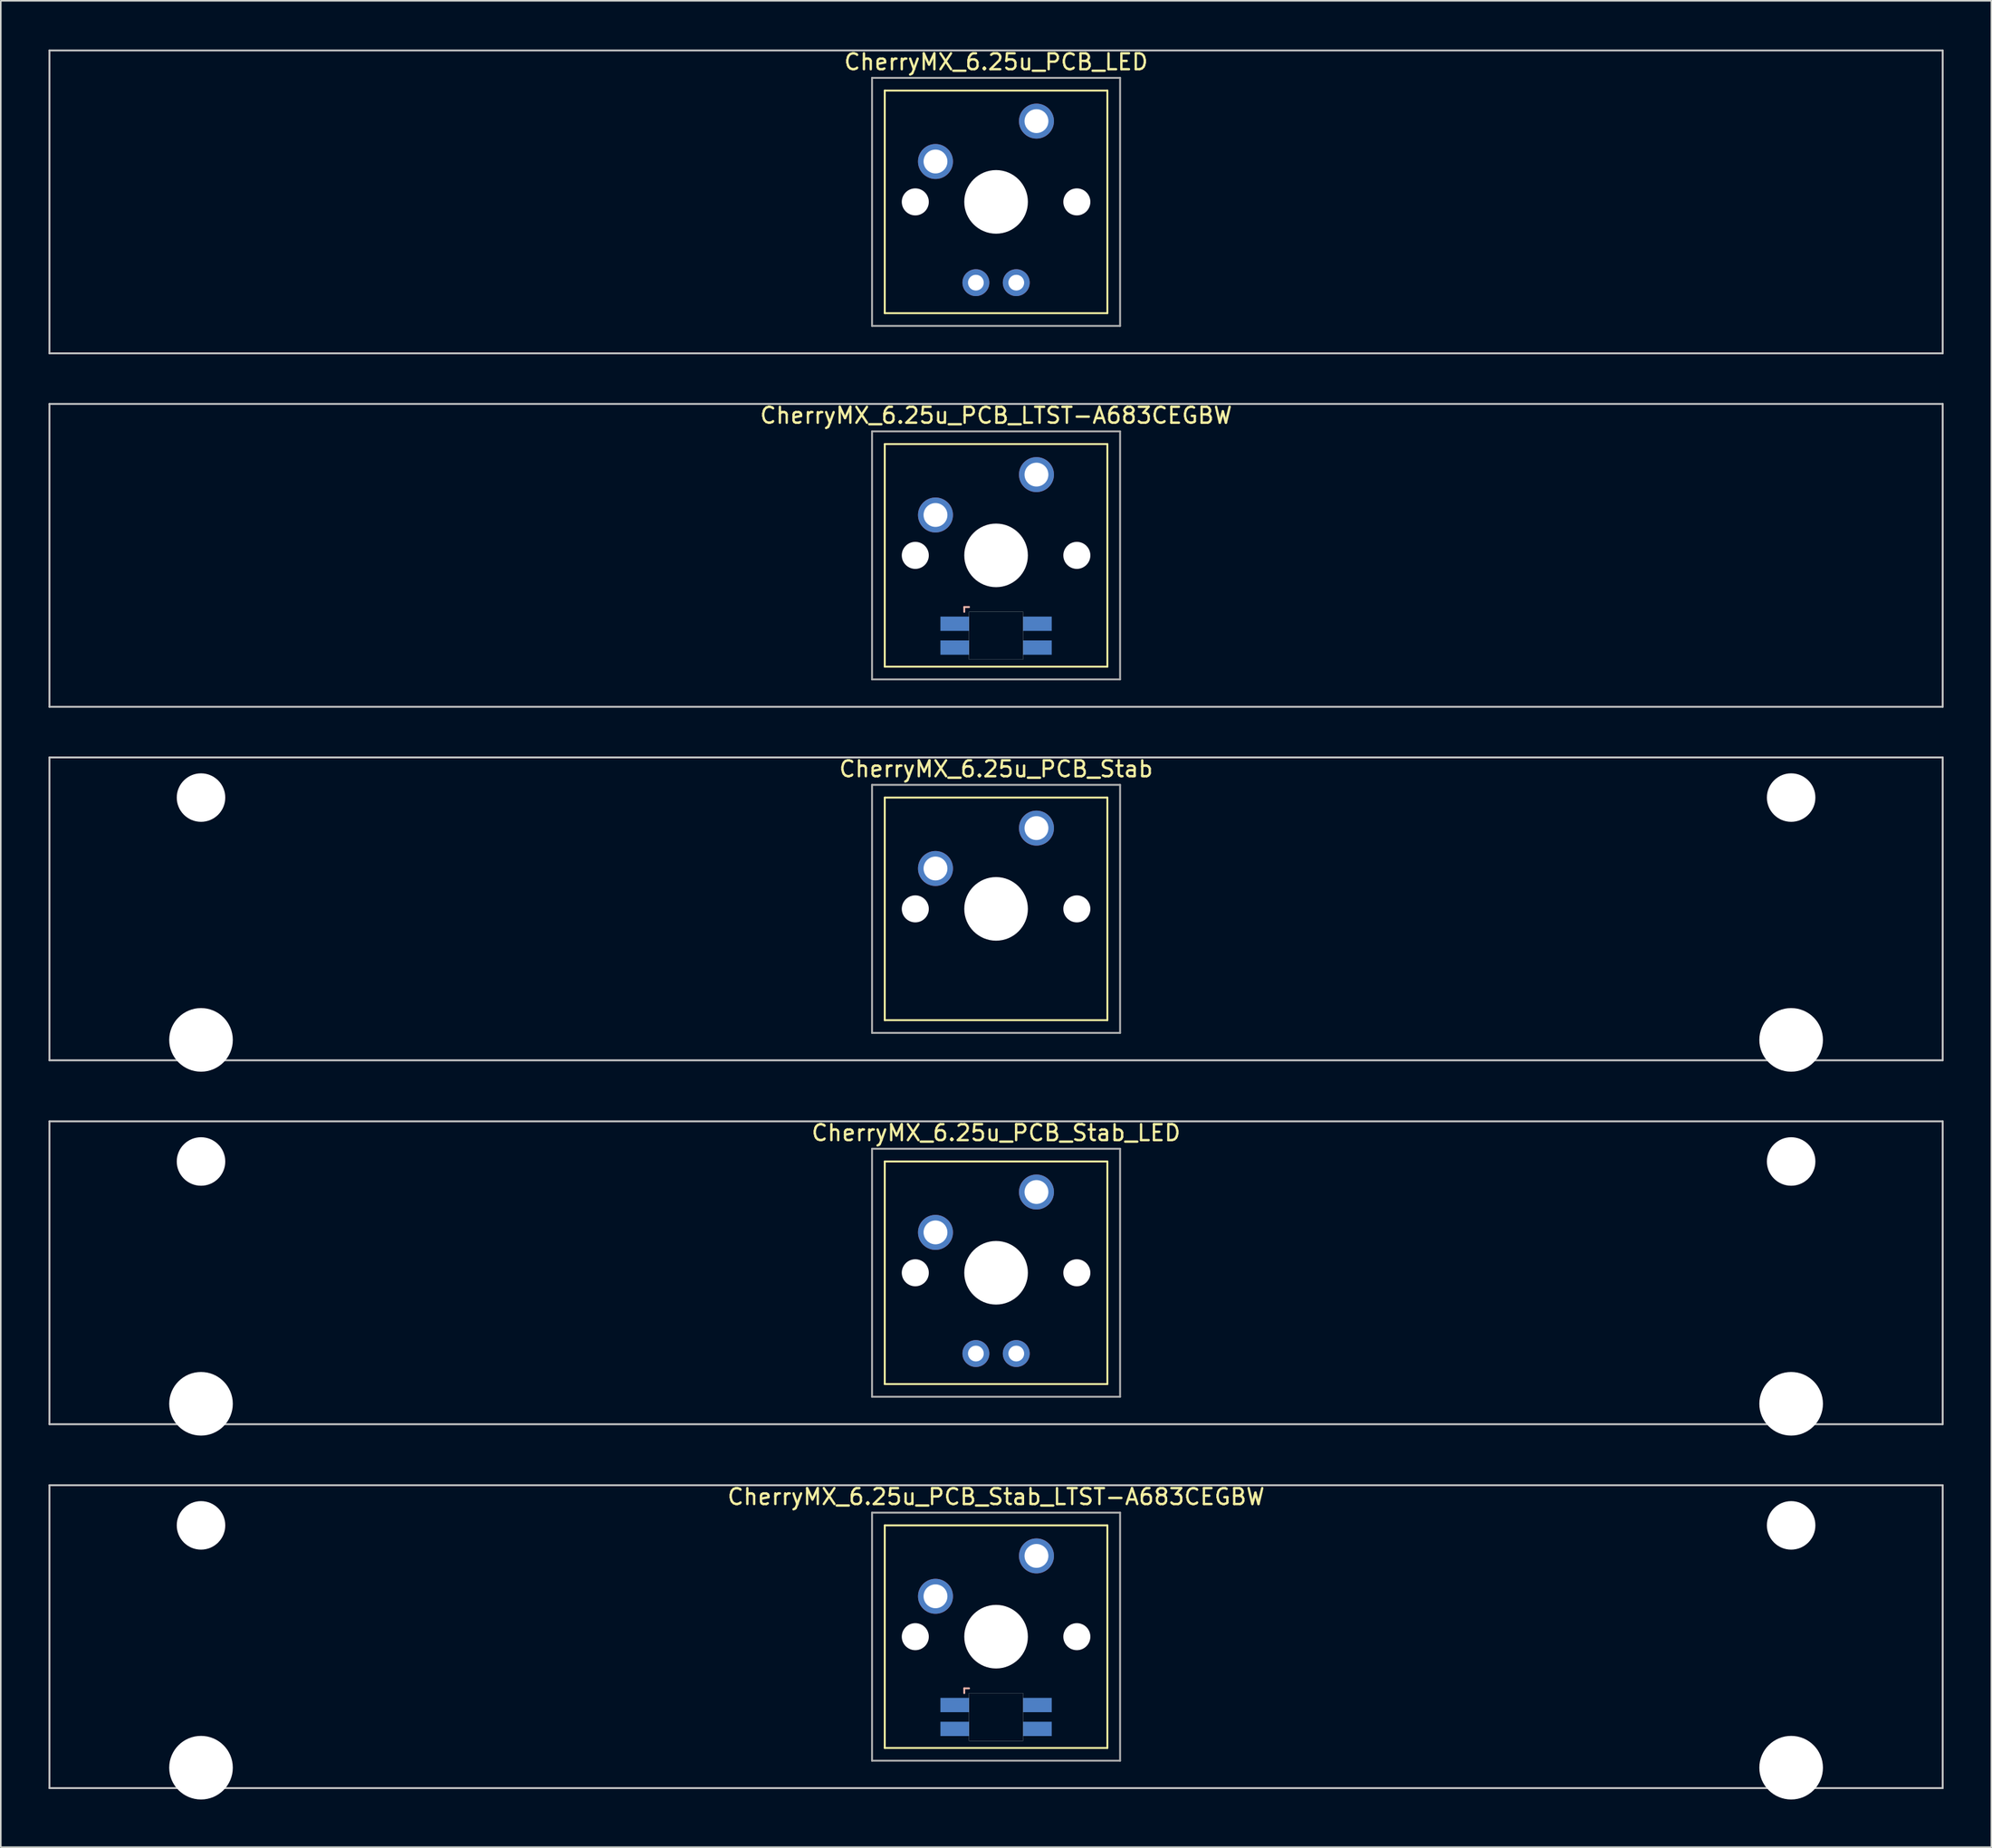
<source format=kicad_pcb>
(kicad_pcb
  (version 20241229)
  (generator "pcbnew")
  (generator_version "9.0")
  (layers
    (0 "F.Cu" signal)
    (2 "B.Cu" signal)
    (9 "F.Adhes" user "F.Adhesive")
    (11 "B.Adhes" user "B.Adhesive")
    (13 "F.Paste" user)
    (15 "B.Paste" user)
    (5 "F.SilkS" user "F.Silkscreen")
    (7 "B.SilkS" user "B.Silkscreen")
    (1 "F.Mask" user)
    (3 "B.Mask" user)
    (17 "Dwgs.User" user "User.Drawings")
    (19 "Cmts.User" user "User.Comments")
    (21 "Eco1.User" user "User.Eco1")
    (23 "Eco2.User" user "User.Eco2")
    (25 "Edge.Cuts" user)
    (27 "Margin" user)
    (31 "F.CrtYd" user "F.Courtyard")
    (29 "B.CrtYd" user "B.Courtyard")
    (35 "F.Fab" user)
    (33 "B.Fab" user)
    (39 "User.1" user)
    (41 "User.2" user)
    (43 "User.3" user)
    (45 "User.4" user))
  (footprint "CherryMX_6.25u_PCB_Stab_LED"
    (layer "F.Cu")
    (at 59.591 77.003)
    (property "Reference" "CherryMX_6.25u_PCB_Stab_LED" (at 0 -8.8 0) (layer "F.SilkS") (effects (font (size 1 1) (thickness 0.15))))
    (attr through_hole)
    (fp_line (start -7 -7) (end -7 7) (stroke (width 0.12) (type solid)) (layer "F.SilkS"))
    (fp_line (start -7 -7) (end 7 -7) (stroke (width 0.12) (type solid)) (layer "F.SilkS"))
    (fp_line (start 7 -7) (end 7 7) (stroke (width 0.12) (type solid)) (layer "F.SilkS"))
    (fp_line (start 7 7) (end -7 7) (stroke (width 0.12) (type solid)) (layer "F.SilkS"))
    (fp_line (start -59.531 -9.525) (end 59.531 -9.525) (stroke (width 0.12) (type solid)) (layer "Dwgs.User"))
    (fp_line (start -59.531 9.525) (end -59.531 -9.525) (stroke (width 0.12) (type solid)) (layer "Dwgs.User"))
    (fp_line (start 59.531 -9.525) (end 59.531 9.525) (stroke (width 0.12) (type solid)) (layer "Dwgs.User"))
    (fp_line (start 59.531 9.525) (end -59.531 9.525) (stroke (width 0.12) (type solid)) (layer "Dwgs.User"))
    (fp_line (start -7.8 -7.8) (end -7.8 7.8) (stroke (width 0.12) (type solid)) (layer "F.Fab"))
    (fp_line (start -7.8 -7.8) (end 7.8 -7.8) (stroke (width 0.12) (type solid)) (layer "F.Fab"))
    (fp_line (start -7.8 7.8) (end 7.8 7.8) (stroke (width 0.12) (type solid)) (layer "F.Fab"))
    (fp_line (start 7.8 -7.8) (end 7.8 7.8) (stroke (width 0.12) (type solid)) (layer "F.Fab"))
    (pad "" np_thru_hole circle (at -50 -7) (size 3.05 3.05) (drill 3.05) (layers "*.Cu" "*.Mask"))
    (pad "" np_thru_hole circle (at -50 8.24) (size 4 4) (drill 4) (layers "*.Cu" "*.Mask"))
    (pad "" np_thru_hole circle (at -5.08 0) (size 1.7 1.7) (drill 1.7) (layers "*.Cu" "*.Mask"))
    (pad "" np_thru_hole circle (at 0 0) (size 4 4) (drill 4) (layers "*.Cu" "*.Mask"))
    (pad "" np_thru_hole circle (at 5.08 0) (size 1.7 1.7) (drill 1.7) (layers "*.Cu" "*.Mask"))
    (pad "" np_thru_hole circle (at 50 -7) (size 3.05 3.05) (drill 3.05) (layers "*.Cu" "*.Mask"))
    (pad "" np_thru_hole circle (at 50 8.24) (size 4 4) (drill 4) (layers "*.Cu" "*.Mask"))
    (pad "1" thru_hole circle (at -3.81 -2.54) (size 2.2 2.2) (drill 1.5) (layers "*.Cu" "*.Mask"))
    (pad "2" thru_hole circle (at 2.54 -5.08) (size 2.2 2.2) (drill 1.5) (layers "*.Cu" "*.Mask"))
    (pad "3" thru_hole circle (at -1.27 5.08) (size 1.691 1.691) (drill 0.991) (layers "*.Cu" "*.Mask"))
    (pad "4" thru_hole circle (at 1.27 5.08) (size 1.691 1.691) (drill 0.991) (layers "*.Cu" "*.Mask")))
  (footprint "CherryMX_6.25u_PCB_Stab_LTST-A683CEGBW"
    (layer "F.Cu")
    (at 59.591 99.891)
    (property "Reference" "CherryMX_6.25u_PCB_Stab_LTST-A683CEGBW" (at 0 -8.8 0) (layer "F.SilkS") (effects (font (size 1 1) (thickness 0.15))))
    (attr through_hole)
    (fp_line (start -7 -7) (end -7 7) (stroke (width 0.12) (type solid)) (layer "F.SilkS"))
    (fp_line (start -7 -7) (end 7 -7) (stroke (width 0.12) (type solid)) (layer "F.SilkS"))
    (fp_line (start 7 -7) (end 7 7) (stroke (width 0.12) (type solid)) (layer "F.SilkS"))
    (fp_line (start 7 7) (end -7 7) (stroke (width 0.12) (type solid)) (layer "F.SilkS"))
    (fp_line (start -2 3.25) (end -2 3.55) (stroke (width 0.12) (type solid)) (layer "B.SilkS"))
    (fp_line (start -1.7 3.25) (end -2 3.25) (stroke (width 0.12) (type solid)) (layer "B.SilkS"))
    (fp_line (start -59.531 -9.525) (end 59.531 -9.525) (stroke (width 0.12) (type solid)) (layer "Dwgs.User"))
    (fp_line (start -59.531 9.525) (end -59.531 -9.525) (stroke (width 0.12) (type solid)) (layer "Dwgs.User"))
    (fp_line (start 59.531 -9.525) (end 59.531 9.525) (stroke (width 0.12) (type solid)) (layer "Dwgs.User"))
    (fp_line (start 59.531 9.525) (end -59.531 9.525) (stroke (width 0.12) (type solid)) (layer "Dwgs.User"))
    (fp_poly (pts (xy 1.7 6.55) (xy -1.7 6.55) (xy -1.7 3.55) (xy 1.7 3.55)) (stroke (width 0.01) (type solid)) (fill no) (layer "Edge.Cuts"))
    (fp_line (start -7.8 -7.8) (end -7.8 7.8) (stroke (width 0.12) (type solid)) (layer "F.Fab"))
    (fp_line (start -7.8 -7.8) (end 7.8 -7.8) (stroke (width 0.12) (type solid)) (layer "F.Fab"))
    (fp_line (start -7.8 7.8) (end 7.8 7.8) (stroke (width 0.12) (type solid)) (layer "F.Fab"))
    (fp_line (start 7.8 -7.8) (end 7.8 7.8) (stroke (width 0.12) (type solid)) (layer "F.Fab"))
    (pad "" np_thru_hole circle (at -50 -7) (size 3.05 3.05) (drill 3.05) (layers "*.Cu" "*.Mask"))
    (pad "" np_thru_hole circle (at -50 8.24) (size 4 4) (drill 4) (layers "*.Cu" "*.Mask"))
    (pad "" np_thru_hole circle (at -5.08 0) (size 1.7 1.7) (drill 1.7) (layers "*.Cu" "*.Mask"))
    (pad "" np_thru_hole circle (at 0 0) (size 4 4) (drill 4) (layers "*.Cu" "*.Mask"))
    (pad "" np_thru_hole circle (at 5.08 0) (size 1.7 1.7) (drill 1.7) (layers "*.Cu" "*.Mask"))
    (pad "" np_thru_hole circle (at 50 -7) (size 3.05 3.05) (drill 3.05) (layers "*.Cu" "*.Mask"))
    (pad "" np_thru_hole circle (at 50 8.24) (size 4 4) (drill 4) (layers "*.Cu" "*.Mask"))
    (pad "1" thru_hole circle (at -3.81 -2.54) (size 2.2 2.2) (drill 1.5) (layers "*.Cu" "*.Mask"))
    (pad "2" thru_hole circle (at 2.54 -5.08) (size 2.2 2.2) (drill 1.5) (layers "*.Cu" "*.Mask"))
    (pad "3" smd rect (at -2.6 4.3) (size 1.8 0.9) (layers "B.Cu" "B.Mask" "B.Paste"))
    (pad "4" smd rect (at -2.6 5.8) (size 1.8 0.9) (layers "B.Cu" "B.Mask" "B.Paste"))
    (pad "5" smd rect (at 2.6 4.3) (size 1.8 0.9) (layers "B.Cu" "B.Mask" "B.Paste"))
    (pad "6" smd rect (at 2.6 5.8) (size 1.8 0.9) (layers "B.Cu" "B.Mask" "B.Paste")))
  (footprint "CherryMX_6.25u_PCB_LED"
    (layer "F.Cu")
    (at 59.591 9.648)
    (property "Reference" "CherryMX_6.25u_PCB_LED" (at 0 -8.8 0) (layer "F.SilkS") (effects (font (size 1 1) (thickness 0.15))))
    (attr through_hole)
    (fp_line (start -7 -7) (end -7 7) (stroke (width 0.12) (type solid)) (layer "F.SilkS"))
    (fp_line (start -7 -7) (end 7 -7) (stroke (width 0.12) (type solid)) (layer "F.SilkS"))
    (fp_line (start 7 -7) (end 7 7) (stroke (width 0.12) (type solid)) (layer "F.SilkS"))
    (fp_line (start 7 7) (end -7 7) (stroke (width 0.12) (type solid)) (layer "F.SilkS"))
    (fp_line (start -59.531 -9.525) (end 59.531 -9.525) (stroke (width 0.12) (type solid)) (layer "Dwgs.User"))
    (fp_line (start -59.531 9.525) (end -59.531 -9.525) (stroke (width 0.12) (type solid)) (layer "Dwgs.User"))
    (fp_line (start 59.531 -9.525) (end 59.531 9.525) (stroke (width 0.12) (type solid)) (layer "Dwgs.User"))
    (fp_line (start 59.531 9.525) (end -59.531 9.525) (stroke (width 0.12) (type solid)) (layer "Dwgs.User"))
    (fp_line (start -7.8 -7.8) (end -7.8 7.8) (stroke (width 0.12) (type solid)) (layer "F.Fab"))
    (fp_line (start -7.8 -7.8) (end 7.8 -7.8) (stroke (width 0.12) (type solid)) (layer "F.Fab"))
    (fp_line (start -7.8 7.8) (end 7.8 7.8) (stroke (width 0.12) (type solid)) (layer "F.Fab"))
    (fp_line (start 7.8 -7.8) (end 7.8 7.8) (stroke (width 0.12) (type solid)) (layer "F.Fab"))
    (pad "" np_thru_hole circle (at -5.08 0) (size 1.7 1.7) (drill 1.7) (layers "*.Cu" "*.Mask"))
    (pad "" np_thru_hole circle (at 0 0) (size 4 4) (drill 4) (layers "*.Cu" "*.Mask"))
    (pad "" np_thru_hole circle (at 5.08 0) (size 1.7 1.7) (drill 1.7) (layers "*.Cu" "*.Mask"))
    (pad "1" thru_hole circle (at -3.81 -2.54) (size 2.2 2.2) (drill 1.5) (layers "*.Cu" "*.Mask"))
    (pad "2" thru_hole circle (at 2.54 -5.08) (size 2.2 2.2) (drill 1.5) (layers "*.Cu" "*.Mask"))
    (pad "3" thru_hole circle (at -1.27 5.08) (size 1.691 1.691) (drill 0.991) (layers "*.Cu" "*.Mask"))
    (pad "4" thru_hole circle (at 1.27 5.08) (size 1.691 1.691) (drill 0.991) (layers "*.Cu" "*.Mask")))
  (footprint "CherryMX_6.25u_PCB_LTST-A683CEGBW"
    (layer "F.Cu")
    (at 59.591 31.881)
    (property "Reference" "CherryMX_6.25u_PCB_LTST-A683CEGBW" (at 0 -8.8 0) (layer "F.SilkS") (effects (font (size 1 1) (thickness 0.15))))
    (attr through_hole)
    (fp_line (start -7 -7) (end -7 7) (stroke (width 0.12) (type solid)) (layer "F.SilkS"))
    (fp_line (start -7 -7) (end 7 -7) (stroke (width 0.12) (type solid)) (layer "F.SilkS"))
    (fp_line (start 7 -7) (end 7 7) (stroke (width 0.12) (type solid)) (layer "F.SilkS"))
    (fp_line (start 7 7) (end -7 7) (stroke (width 0.12) (type solid)) (layer "F.SilkS"))
    (fp_line (start -2 3.25) (end -2 3.55) (stroke (width 0.12) (type solid)) (layer "B.SilkS"))
    (fp_line (start -1.7 3.25) (end -2 3.25) (stroke (width 0.12) (type solid)) (layer "B.SilkS"))
    (fp_line (start -59.531 -9.525) (end 59.531 -9.525) (stroke (width 0.12) (type solid)) (layer "Dwgs.User"))
    (fp_line (start -59.531 9.525) (end -59.531 -9.525) (stroke (width 0.12) (type solid)) (layer "Dwgs.User"))
    (fp_line (start 59.531 -9.525) (end 59.531 9.525) (stroke (width 0.12) (type solid)) (layer "Dwgs.User"))
    (fp_line (start 59.531 9.525) (end -59.531 9.525) (stroke (width 0.12) (type solid)) (layer "Dwgs.User"))
    (fp_poly (pts (xy 1.7 6.55) (xy -1.7 6.55) (xy -1.7 3.55) (xy 1.7 3.55)) (stroke (width 0.01) (type solid)) (fill no) (layer "Edge.Cuts"))
    (fp_line (start -7.8 -7.8) (end -7.8 7.8) (stroke (width 0.12) (type solid)) (layer "F.Fab"))
    (fp_line (start -7.8 -7.8) (end 7.8 -7.8) (stroke (width 0.12) (type solid)) (layer "F.Fab"))
    (fp_line (start -7.8 7.8) (end 7.8 7.8) (stroke (width 0.12) (type solid)) (layer "F.Fab"))
    (fp_line (start 7.8 -7.8) (end 7.8 7.8) (stroke (width 0.12) (type solid)) (layer "F.Fab"))
    (pad "" np_thru_hole circle (at -5.08 0) (size 1.7 1.7) (drill 1.7) (layers "*.Cu" "*.Mask"))
    (pad "" np_thru_hole circle (at 0 0) (size 4 4) (drill 4) (layers "*.Cu" "*.Mask"))
    (pad "" np_thru_hole circle (at 5.08 0) (size 1.7 1.7) (drill 1.7) (layers "*.Cu" "*.Mask"))
    (pad "1" thru_hole circle (at -3.81 -2.54) (size 2.2 2.2) (drill 1.5) (layers "*.Cu" "*.Mask"))
    (pad "2" thru_hole circle (at 2.54 -5.08) (size 2.2 2.2) (drill 1.5) (layers "*.Cu" "*.Mask"))
    (pad "3" smd rect (at -2.6 4.3) (size 1.8 0.9) (layers "B.Cu" "B.Mask" "B.Paste"))
    (pad "4" smd rect (at -2.6 5.8) (size 1.8 0.9) (layers "B.Cu" "B.Mask" "B.Paste"))
    (pad "5" smd rect (at 2.6 4.3) (size 1.8 0.9) (layers "B.Cu" "B.Mask" "B.Paste"))
    (pad "6" smd rect (at 2.6 5.8) (size 1.8 0.9) (layers "B.Cu" "B.Mask" "B.Paste")))
  (footprint "CherryMX_6.25u_PCB_Stab"
    (layer "F.Cu")
    (at 59.591 54.115)
    (property "Reference" "CherryMX_6.25u_PCB_Stab" (at 0 -8.8 0) (layer "F.SilkS") (effects (font (size 1 1) (thickness 0.15))))
    (attr through_hole)
    (fp_line (start -7 -7) (end -7 7) (stroke (width 0.12) (type solid)) (layer "F.SilkS"))
    (fp_line (start -7 -7) (end 7 -7) (stroke (width 0.12) (type solid)) (layer "F.SilkS"))
    (fp_line (start 7 -7) (end 7 7) (stroke (width 0.12) (type solid)) (layer "F.SilkS"))
    (fp_line (start 7 7) (end -7 7) (stroke (width 0.12) (type solid)) (layer "F.SilkS"))
    (fp_line (start -59.531 -9.525) (end 59.531 -9.525) (stroke (width 0.12) (type solid)) (layer "Dwgs.User"))
    (fp_line (start -59.531 9.525) (end -59.531 -9.525) (stroke (width 0.12) (type solid)) (layer "Dwgs.User"))
    (fp_line (start 59.531 -9.525) (end 59.531 9.525) (stroke (width 0.12) (type solid)) (layer "Dwgs.User"))
    (fp_line (start 59.531 9.525) (end -59.531 9.525) (stroke (width 0.12) (type solid)) (layer "Dwgs.User"))
    (fp_line (start -7.8 -7.8) (end -7.8 7.8) (stroke (width 0.12) (type solid)) (layer "F.Fab"))
    (fp_line (start -7.8 -7.8) (end 7.8 -7.8) (stroke (width 0.12) (type solid)) (layer "F.Fab"))
    (fp_line (start -7.8 7.8) (end 7.8 7.8) (stroke (width 0.12) (type solid)) (layer "F.Fab"))
    (fp_line (start 7.8 -7.8) (end 7.8 7.8) (stroke (width 0.12) (type solid)) (layer "F.Fab"))
    (pad "" np_thru_hole circle (at -50 -7) (size 3.05 3.05) (drill 3.05) (layers "*.Cu" "*.Mask"))
    (pad "" np_thru_hole circle (at -50 8.24) (size 4 4) (drill 4) (layers "*.Cu" "*.Mask"))
    (pad "" np_thru_hole circle (at -5.08 0) (size 1.7 1.7) (drill 1.7) (layers "*.Cu" "*.Mask"))
    (pad "" np_thru_hole circle (at 0 0) (size 4 4) (drill 4) (layers "*.Cu" "*.Mask"))
    (pad "" np_thru_hole circle (at 5.08 0) (size 1.7 1.7) (drill 1.7) (layers "*.Cu" "*.Mask"))
    (pad "" np_thru_hole circle (at 50 -7) (size 3.05 3.05) (drill 3.05) (layers "*.Cu" "*.Mask"))
    (pad "" np_thru_hole circle (at 50 8.24) (size 4 4) (drill 4) (layers "*.Cu" "*.Mask"))
    (pad "1" thru_hole circle (at -3.81 -2.54) (size 2.2 2.2) (drill 1.5) (layers "*.Cu" "*.Mask"))
    (pad "2" thru_hole circle (at 2.54 -5.08) (size 2.2 2.2) (drill 1.5) (layers "*.Cu" "*.Mask")))
  (gr_rect
    (start -3 -3)
    (end 122.183 113.131)
    (stroke (width 0.1) (type default))
    (fill no)
    (layer "Edge.Cuts")))
</source>
